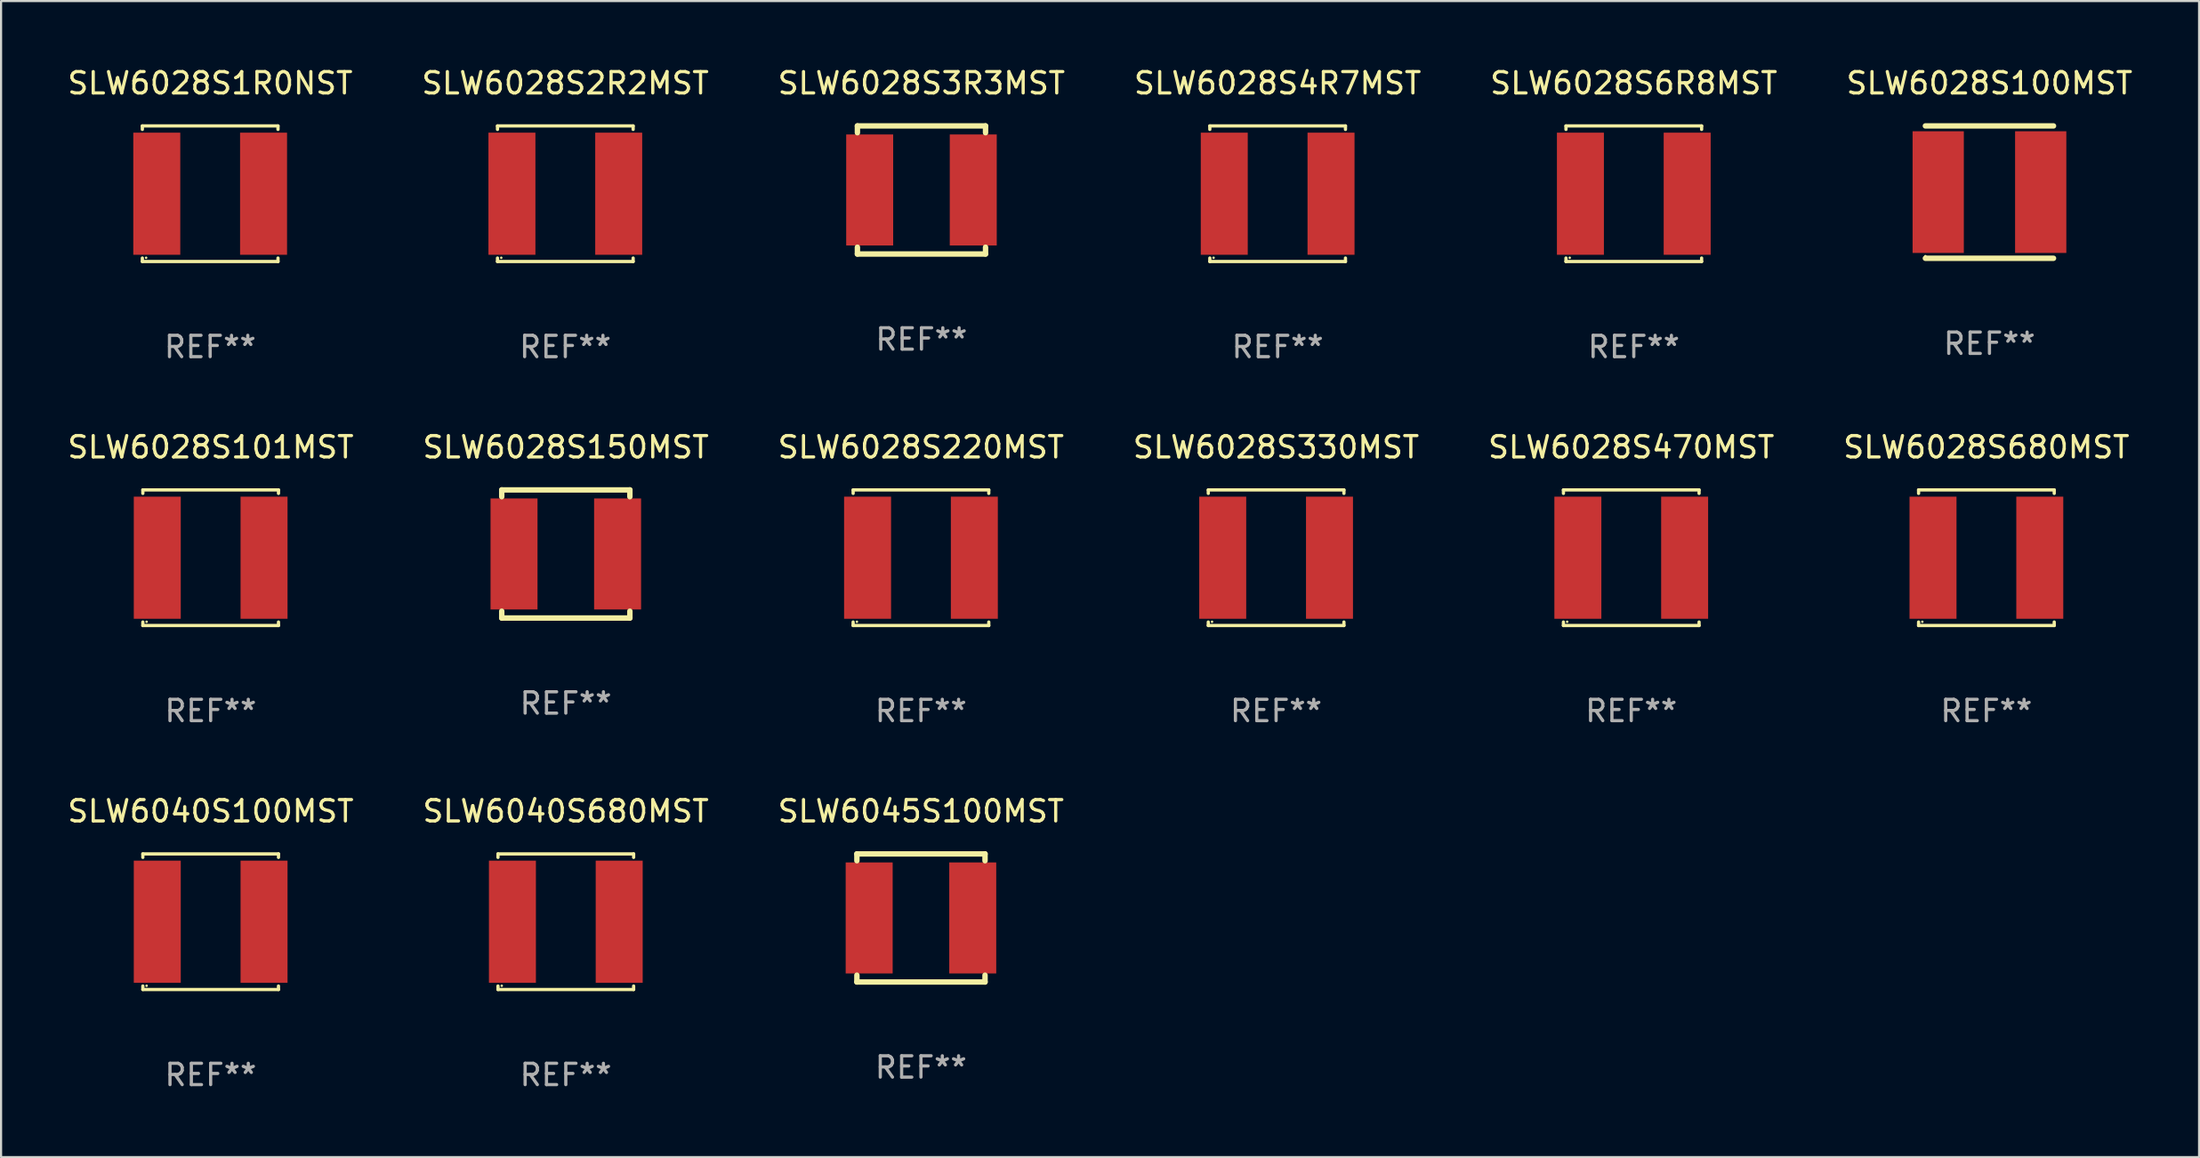
<source format=kicad_pcb>
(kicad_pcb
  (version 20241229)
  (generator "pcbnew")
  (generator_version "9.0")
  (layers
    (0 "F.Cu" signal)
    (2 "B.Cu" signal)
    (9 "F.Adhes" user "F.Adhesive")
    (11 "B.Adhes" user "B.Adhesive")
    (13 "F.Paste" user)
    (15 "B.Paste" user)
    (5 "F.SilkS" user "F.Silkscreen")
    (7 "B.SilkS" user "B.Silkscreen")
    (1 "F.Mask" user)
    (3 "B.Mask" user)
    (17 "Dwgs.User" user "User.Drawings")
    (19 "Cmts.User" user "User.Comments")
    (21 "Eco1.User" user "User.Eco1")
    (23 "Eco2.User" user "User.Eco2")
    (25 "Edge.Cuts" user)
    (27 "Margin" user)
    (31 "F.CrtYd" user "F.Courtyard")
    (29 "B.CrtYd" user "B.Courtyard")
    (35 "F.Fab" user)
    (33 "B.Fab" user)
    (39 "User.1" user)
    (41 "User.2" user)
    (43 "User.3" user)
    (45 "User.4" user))
  (footprint "SLW6028S2R2MST"
    (layer "F.Cu")
    (at 23.423 6.024)
    (property "Reference" "SLW6028S2R2MST" (at 0 -5.176 0) (layer "F.SilkS") (effects (font (size 1 1) (thickness 0.15))))
    (attr through_hole)
    (fp_line (start -3.176 -3.176) (end 3.176 -3.176) (stroke (width 0.152) (type solid)) (layer "F.SilkS"))
    (fp_line (start -3.176 -3.012) (end -3.176 -3.176) (stroke (width 0.152) (type solid)) (layer "F.SilkS"))
    (fp_line (start -3.176 3.012) (end -3.176 3.176) (stroke (width 0.152) (type solid)) (layer "F.SilkS"))
    (fp_line (start -3.176 3.176) (end 3.176 3.176) (stroke (width 0.152) (type solid)) (layer "F.SilkS"))
    (fp_line (start 3.176 -3.176) (end 3.176 -3.012) (stroke (width 0.152) (type solid)) (layer "F.SilkS"))
    (fp_line (start 3.176 3.176) (end 3.176 3.012) (stroke (width 0.152) (type solid)) (layer "F.SilkS"))
    (fp_circle (center -3 3) (end -2.97 3) (stroke (width 0.06) (type solid)) (fill no) (layer "F.SilkS"))
    (fp_text user "REF**" (at 0 7.176 0) (layer "F.Fab") (effects (font (size 1 1) (thickness 0.15))))
    (pad "1" smd rect (at -2.5 0) (size 2.2 5.72) (layers "F.Cu" "F.Mask" "F.Paste"))
    (pad "2" smd rect (at 2.5 0) (size 2.2 5.72) (layers "F.Cu" "F.Mask" "F.Paste")))
  (footprint "SLW6028S1R0NST"
    (layer "F.Cu")
    (at 6.792 6.024)
    (property "Reference" "SLW6028S1R0NST" (at 0 -5.176 0) (layer "F.SilkS") (effects (font (size 1 1) (thickness 0.15))))
    (attr through_hole)
    (fp_line (start -3.176 -3.176) (end 3.176 -3.176) (stroke (width 0.152) (type solid)) (layer "F.SilkS"))
    (fp_line (start -3.176 -3.012) (end -3.176 -3.176) (stroke (width 0.152) (type solid)) (layer "F.SilkS"))
    (fp_line (start -3.176 3.012) (end -3.176 3.176) (stroke (width 0.152) (type solid)) (layer "F.SilkS"))
    (fp_line (start -3.176 3.176) (end 3.176 3.176) (stroke (width 0.152) (type solid)) (layer "F.SilkS"))
    (fp_line (start 3.176 -3.176) (end 3.176 -3.012) (stroke (width 0.152) (type solid)) (layer "F.SilkS"))
    (fp_line (start 3.176 3.176) (end 3.176 3.012) (stroke (width 0.152) (type solid)) (layer "F.SilkS"))
    (fp_circle (center -3 3) (end -2.97 3) (stroke (width 0.06) (type solid)) (fill no) (layer "F.SilkS"))
    (fp_text user "REF**" (at 0 7.176 0) (layer "F.Fab") (effects (font (size 1 1) (thickness 0.15))))
    (pad "1" smd rect (at -2.5 0) (size 2.2 5.72) (layers "F.Cu" "F.Mask" "F.Paste"))
    (pad "2" smd rect (at 2.5 0) (size 2.2 5.72) (layers "F.Cu" "F.Mask" "F.Paste")))
  (footprint "SLW6028S220MST"
    (layer "F.Cu")
    (at 40.077 23.073)
    (property "Reference" "SLW6028S220MST" (at 0 -5.176 0) (layer "F.SilkS") (effects (font (size 1 1) (thickness 0.15))))
    (attr through_hole)
    (fp_line (start -3.176 -3.176) (end 3.176 -3.176) (stroke (width 0.152) (type solid)) (layer "F.SilkS"))
    (fp_line (start -3.176 -3.012) (end -3.176 -3.176) (stroke (width 0.152) (type solid)) (layer "F.SilkS"))
    (fp_line (start -3.176 3.012) (end -3.176 3.176) (stroke (width 0.152) (type solid)) (layer "F.SilkS"))
    (fp_line (start -3.176 3.176) (end 3.176 3.176) (stroke (width 0.152) (type solid)) (layer "F.SilkS"))
    (fp_line (start 3.176 -3.176) (end 3.176 -3.012) (stroke (width 0.152) (type solid)) (layer "F.SilkS"))
    (fp_line (start 3.176 3.176) (end 3.176 3.012) (stroke (width 0.152) (type solid)) (layer "F.SilkS"))
    (fp_circle (center -3 3) (end -2.97 3) (stroke (width 0.06) (type solid)) (fill no) (layer "F.SilkS"))
    (fp_text user "REF**" (at 0 7.176 0) (layer "F.Fab") (effects (font (size 1 1) (thickness 0.15))))
    (pad "1" smd rect (at -2.5 0) (size 2.2 5.72) (layers "F.Cu" "F.Mask" "F.Paste"))
    (pad "2" smd rect (at 2.5 0) (size 2.2 5.72) (layers "F.Cu" "F.Mask" "F.Paste")))
  (footprint "SLW6028S4R7MST"
    (layer "F.Cu")
    (at 56.78 6.024)
    (property "Reference" "SLW6028S4R7MST" (at 0 -5.176 0) (layer "F.SilkS") (effects (font (size 1 1) (thickness 0.15))))
    (attr through_hole)
    (fp_line (start -3.176 -3.176) (end 3.176 -3.176) (stroke (width 0.152) (type solid)) (layer "F.SilkS"))
    (fp_line (start -3.176 -3.012) (end -3.176 -3.176) (stroke (width 0.152) (type solid)) (layer "F.SilkS"))
    (fp_line (start -3.176 3.012) (end -3.176 3.176) (stroke (width 0.152) (type solid)) (layer "F.SilkS"))
    (fp_line (start -3.176 3.176) (end 3.176 3.176) (stroke (width 0.152) (type solid)) (layer "F.SilkS"))
    (fp_line (start 3.176 -3.176) (end 3.176 -3.012) (stroke (width 0.152) (type solid)) (layer "F.SilkS"))
    (fp_line (start 3.176 3.176) (end 3.176 3.012) (stroke (width 0.152) (type solid)) (layer "F.SilkS"))
    (fp_circle (center -3 3) (end -2.97 3) (stroke (width 0.06) (type solid)) (fill no) (layer "F.SilkS"))
    (fp_text user "REF**" (at 0 7.176 0) (layer "F.Fab") (effects (font (size 1 1) (thickness 0.15))))
    (pad "1" smd rect (at -2.5 0) (size 2.2 5.72) (layers "F.Cu" "F.Mask" "F.Paste"))
    (pad "2" smd rect (at 2.5 0) (size 2.2 5.72) (layers "F.Cu" "F.Mask" "F.Paste")))
  (footprint "SLW6040S100MST"
    (layer "F.Cu")
    (at 6.815 40.122)
    (property "Reference" "SLW6040S100MST" (at 0 -5.176 0) (layer "F.SilkS") (effects (font (size 1 1) (thickness 0.15))))
    (attr through_hole)
    (fp_line (start -3.176 -3.176) (end 3.176 -3.176) (stroke (width 0.152) (type solid)) (layer "F.SilkS"))
    (fp_line (start -3.176 -3.012) (end -3.176 -3.176) (stroke (width 0.152) (type solid)) (layer "F.SilkS"))
    (fp_line (start -3.176 3.012) (end -3.176 3.176) (stroke (width 0.152) (type solid)) (layer "F.SilkS"))
    (fp_line (start -3.176 3.176) (end 3.176 3.176) (stroke (width 0.152) (type solid)) (layer "F.SilkS"))
    (fp_line (start 3.176 -3.176) (end 3.176 -3.012) (stroke (width 0.152) (type solid)) (layer "F.SilkS"))
    (fp_line (start 3.176 3.176) (end 3.176 3.012) (stroke (width 0.152) (type solid)) (layer "F.SilkS"))
    (fp_circle (center -3 3) (end -2.97 3) (stroke (width 0.06) (type solid)) (fill no) (layer "F.SilkS"))
    (fp_text user "REF**" (at 0 7.176 0) (layer "F.Fab") (effects (font (size 1 1) (thickness 0.15))))
    (pad "1" smd rect (at -2.5 0) (size 2.2 5.72) (layers "F.Cu" "F.Mask" "F.Paste"))
    (pad "2" smd rect (at 2.5 0) (size 2.2 5.72) (layers "F.Cu" "F.Mask" "F.Paste")))
  (footprint "SLW6028S6R8MST"
    (layer "F.Cu")
    (at 73.458 6.024)
    (property "Reference" "SLW6028S6R8MST" (at 0 -5.176 0) (layer "F.SilkS") (effects (font (size 1 1) (thickness 0.15))))
    (attr through_hole)
    (fp_line (start -3.176 -3.176) (end 3.176 -3.176) (stroke (width 0.152) (type solid)) (layer "F.SilkS"))
    (fp_line (start -3.176 -3.012) (end -3.176 -3.176) (stroke (width 0.152) (type solid)) (layer "F.SilkS"))
    (fp_line (start -3.176 3.012) (end -3.176 3.176) (stroke (width 0.152) (type solid)) (layer "F.SilkS"))
    (fp_line (start -3.176 3.176) (end 3.176 3.176) (stroke (width 0.152) (type solid)) (layer "F.SilkS"))
    (fp_line (start 3.176 -3.176) (end 3.176 -3.012) (stroke (width 0.152) (type solid)) (layer "F.SilkS"))
    (fp_line (start 3.176 3.176) (end 3.176 3.012) (stroke (width 0.152) (type solid)) (layer "F.SilkS"))
    (fp_circle (center -3 3) (end -2.97 3) (stroke (width 0.06) (type solid)) (fill no) (layer "F.SilkS"))
    (fp_text user "REF**" (at 0 7.176 0) (layer "F.Fab") (effects (font (size 1 1) (thickness 0.15))))
    (pad "1" smd rect (at -2.5 0) (size 2.2 5.72) (layers "F.Cu" "F.Mask" "F.Paste"))
    (pad "2" smd rect (at 2.5 0) (size 2.2 5.72) (layers "F.Cu" "F.Mask" "F.Paste")))
  (footprint "SLW6028S3R3MST"
    (layer "F.Cu")
    (at 40.101 5.848)
    (property "Reference" "SLW6028S3R3MST" (at 0 -5 0) (layer "F.SilkS") (effects (font (size 1 1) (thickness 0.15))))
    (attr through_hole)
    (fp_line (start -3 -3) (end -3 -2.681) (stroke (width 0.254) (type solid)) (layer "F.SilkS"))
    (fp_line (start -3 -3) (end 3 -3) (stroke (width 0.254) (type solid)) (layer "F.SilkS"))
    (fp_line (start -3 2.681) (end -3 3) (stroke (width 0.254) (type solid)) (layer "F.SilkS"))
    (fp_line (start -3 3) (end 3 3) (stroke (width 0.254) (type solid)) (layer "F.SilkS"))
    (fp_line (start 3 -2.681) (end 3 -3) (stroke (width 0.254) (type solid)) (layer "F.SilkS"))
    (fp_line (start 3 3) (end 3 2.681) (stroke (width 0.254) (type solid)) (layer "F.SilkS"))
    (fp_circle (center -3 3) (end -2.97 3) (stroke (width 0.06) (type solid)) (fill no) (layer "F.SilkS"))
    (fp_text user "REF**" (at 0 7 0) (layer "F.Fab") (effects (font (size 1 1) (thickness 0.15))))
    (pad "1" smd rect (at -2.425 0) (size 2.2 5.2) (layers "F.Cu" "F.Mask" "F.Paste"))
    (pad "2" smd rect (at 2.425 0) (size 2.2 5.2) (layers "F.Cu" "F.Mask" "F.Paste")))
  (footprint "SLW6028S680MST"
    (layer "F.Cu")
    (at 89.97 23.073)
    (property "Reference" "SLW6028S680MST" (at 0 -5.176 0) (layer "F.SilkS") (effects (font (size 1 1) (thickness 0.15))))
    (attr through_hole)
    (fp_line (start -3.176 -3.176) (end 3.176 -3.176) (stroke (width 0.152) (type solid)) (layer "F.SilkS"))
    (fp_line (start -3.176 -3.012) (end -3.176 -3.176) (stroke (width 0.152) (type solid)) (layer "F.SilkS"))
    (fp_line (start -3.176 3.012) (end -3.176 3.176) (stroke (width 0.152) (type solid)) (layer "F.SilkS"))
    (fp_line (start -3.176 3.176) (end 3.176 3.176) (stroke (width 0.152) (type solid)) (layer "F.SilkS"))
    (fp_line (start 3.176 -3.176) (end 3.176 -3.012) (stroke (width 0.152) (type solid)) (layer "F.SilkS"))
    (fp_line (start 3.176 3.176) (end 3.176 3.012) (stroke (width 0.152) (type solid)) (layer "F.SilkS"))
    (fp_circle (center -3 3) (end -2.97 3) (stroke (width 0.06) (type solid)) (fill no) (layer "F.SilkS"))
    (fp_text user "REF**" (at 0 7.176 0) (layer "F.Fab") (effects (font (size 1 1) (thickness 0.15))))
    (pad "1" smd rect (at -2.5 0) (size 2.2 5.72) (layers "F.Cu" "F.Mask" "F.Paste"))
    (pad "2" smd rect (at 2.5 0) (size 2.2 5.72) (layers "F.Cu" "F.Mask" "F.Paste")))
  (footprint "SLW6028S101MST"
    (layer "F.Cu")
    (at 6.815 23.073)
    (property "Reference" "SLW6028S101MST" (at 0 -5.176 0) (layer "F.SilkS") (effects (font (size 1 1) (thickness 0.15))))
    (attr through_hole)
    (fp_line (start -3.176 -3.176) (end 3.176 -3.176) (stroke (width 0.152) (type solid)) (layer "F.SilkS"))
    (fp_line (start -3.176 -3.012) (end -3.176 -3.176) (stroke (width 0.152) (type solid)) (layer "F.SilkS"))
    (fp_line (start -3.176 3.012) (end -3.176 3.176) (stroke (width 0.152) (type solid)) (layer "F.SilkS"))
    (fp_line (start -3.176 3.176) (end 3.176 3.176) (stroke (width 0.152) (type solid)) (layer "F.SilkS"))
    (fp_line (start 3.176 -3.176) (end 3.176 -3.012) (stroke (width 0.152) (type solid)) (layer "F.SilkS"))
    (fp_line (start 3.176 3.176) (end 3.176 3.012) (stroke (width 0.152) (type solid)) (layer "F.SilkS"))
    (fp_circle (center -3 3) (end -2.97 3) (stroke (width 0.06) (type solid)) (fill no) (layer "F.SilkS"))
    (fp_text user "REF**" (at 0 7.176 0) (layer "F.Fab") (effects (font (size 1 1) (thickness 0.15))))
    (pad "1" smd rect (at -2.5 0) (size 2.2 5.72) (layers "F.Cu" "F.Mask" "F.Paste"))
    (pad "2" smd rect (at 2.5 0) (size 2.2 5.72) (layers "F.Cu" "F.Mask" "F.Paste")))
  (footprint "SLW6040S680MST"
    (layer "F.Cu")
    (at 23.446 40.122)
    (property "Reference" "SLW6040S680MST" (at 0 -5.176 0) (layer "F.SilkS") (effects (font (size 1 1) (thickness 0.15))))
    (attr through_hole)
    (fp_line (start -3.176 -3.176) (end 3.176 -3.176) (stroke (width 0.152) (type solid)) (layer "F.SilkS"))
    (fp_line (start -3.176 -3.012) (end -3.176 -3.176) (stroke (width 0.152) (type solid)) (layer "F.SilkS"))
    (fp_line (start -3.176 3.012) (end -3.176 3.176) (stroke (width 0.152) (type solid)) (layer "F.SilkS"))
    (fp_line (start -3.176 3.176) (end 3.176 3.176) (stroke (width 0.152) (type solid)) (layer "F.SilkS"))
    (fp_line (start 3.176 -3.176) (end 3.176 -3.012) (stroke (width 0.152) (type solid)) (layer "F.SilkS"))
    (fp_line (start 3.176 3.176) (end 3.176 3.012) (stroke (width 0.152) (type solid)) (layer "F.SilkS"))
    (fp_circle (center -3 3) (end -2.97 3) (stroke (width 0.06) (type solid)) (fill no) (layer "F.SilkS"))
    (fp_text user "REF**" (at 0 7.176 0) (layer "F.Fab") (effects (font (size 1 1) (thickness 0.15))))
    (pad "1" smd rect (at -2.5 0) (size 2.2 5.72) (layers "F.Cu" "F.Mask" "F.Paste"))
    (pad "2" smd rect (at 2.5 0) (size 2.2 5.72) (layers "F.Cu" "F.Mask" "F.Paste")))
  (footprint "SLW6045S100MST"
    (layer "F.Cu")
    (at 40.077 39.946)
    (property "Reference" "SLW6045S100MST" (at 0 -5 0) (layer "F.SilkS") (effects (font (size 1 1) (thickness 0.15))))
    (attr through_hole)
    (fp_line (start -3 -3) (end -3 -2.681) (stroke (width 0.254) (type solid)) (layer "F.SilkS"))
    (fp_line (start -3 -3) (end 3 -3) (stroke (width 0.254) (type solid)) (layer "F.SilkS"))
    (fp_line (start -3 2.681) (end -3 3) (stroke (width 0.254) (type solid)) (layer "F.SilkS"))
    (fp_line (start -3 3) (end 3 3) (stroke (width 0.254) (type solid)) (layer "F.SilkS"))
    (fp_line (start 3 -2.681) (end 3 -3) (stroke (width 0.254) (type solid)) (layer "F.SilkS"))
    (fp_line (start 3 3) (end 3 2.681) (stroke (width 0.254) (type solid)) (layer "F.SilkS"))
    (fp_circle (center -3 3) (end -2.97 3) (stroke (width 0.06) (type solid)) (fill no) (layer "F.SilkS"))
    (fp_text user "REF**" (at 0 7 0) (layer "F.Fab") (effects (font (size 1 1) (thickness 0.15))))
    (pad "1" smd rect (at -2.425 0) (size 2.2 5.2) (layers "F.Cu" "F.Mask" "F.Paste"))
    (pad "2" smd rect (at 2.425 0) (size 2.2 5.2) (layers "F.Cu" "F.Mask" "F.Paste")))
  (footprint "SLW6028S330MST"
    (layer "F.Cu")
    (at 56.708 23.073)
    (property "Reference" "SLW6028S330MST" (at 0 -5.176 0) (layer "F.SilkS") (effects (font (size 1 1) (thickness 0.15))))
    (attr through_hole)
    (fp_line (start -3.176 -3.176) (end 3.176 -3.176) (stroke (width 0.152) (type solid)) (layer "F.SilkS"))
    (fp_line (start -3.176 -3.012) (end -3.176 -3.176) (stroke (width 0.152) (type solid)) (layer "F.SilkS"))
    (fp_line (start -3.176 3.012) (end -3.176 3.176) (stroke (width 0.152) (type solid)) (layer "F.SilkS"))
    (fp_line (start -3.176 3.176) (end 3.176 3.176) (stroke (width 0.152) (type solid)) (layer "F.SilkS"))
    (fp_line (start 3.176 -3.176) (end 3.176 -3.012) (stroke (width 0.152) (type solid)) (layer "F.SilkS"))
    (fp_line (start 3.176 3.176) (end 3.176 3.012) (stroke (width 0.152) (type solid)) (layer "F.SilkS"))
    (fp_circle (center -3 3) (end -2.97 3) (stroke (width 0.06) (type solid)) (fill no) (layer "F.SilkS"))
    (fp_text user "REF**" (at 0 7.176 0) (layer "F.Fab") (effects (font (size 1 1) (thickness 0.15))))
    (pad "1" smd rect (at -2.5 0) (size 2.2 5.72) (layers "F.Cu" "F.Mask" "F.Paste"))
    (pad "2" smd rect (at 2.5 0) (size 2.2 5.72) (layers "F.Cu" "F.Mask" "F.Paste")))
  (footprint "SLW6028S470MST"
    (layer "F.Cu")
    (at 73.339 23.073)
    (property "Reference" "SLW6028S470MST" (at 0 -5.176 0) (layer "F.SilkS") (effects (font (size 1 1) (thickness 0.15))))
    (attr through_hole)
    (fp_line (start -3.176 -3.176) (end 3.176 -3.176) (stroke (width 0.152) (type solid)) (layer "F.SilkS"))
    (fp_line (start -3.176 -3.012) (end -3.176 -3.176) (stroke (width 0.152) (type solid)) (layer "F.SilkS"))
    (fp_line (start -3.176 3.012) (end -3.176 3.176) (stroke (width 0.152) (type solid)) (layer "F.SilkS"))
    (fp_line (start -3.176 3.176) (end 3.176 3.176) (stroke (width 0.152) (type solid)) (layer "F.SilkS"))
    (fp_line (start 3.176 -3.176) (end 3.176 -3.012) (stroke (width 0.152) (type solid)) (layer "F.SilkS"))
    (fp_line (start 3.176 3.176) (end 3.176 3.012) (stroke (width 0.152) (type solid)) (layer "F.SilkS"))
    (fp_circle (center -3 3) (end -2.97 3) (stroke (width 0.06) (type solid)) (fill no) (layer "F.SilkS"))
    (fp_text user "REF**" (at 0 7.176 0) (layer "F.Fab") (effects (font (size 1 1) (thickness 0.15))))
    (pad "1" smd rect (at -2.5 0) (size 2.2 5.72) (layers "F.Cu" "F.Mask" "F.Paste"))
    (pad "2" smd rect (at 2.5 0) (size 2.2 5.72) (layers "F.Cu" "F.Mask" "F.Paste")))
  (footprint "SLW6028S100MST"
    (layer "F.Cu")
    (at 90.113 5.948)
    (property "Reference" "SLW6028S100MST" (at 0 -5.1 0) (layer "F.SilkS") (effects (font (size 1 1) (thickness 0.15))))
    (attr through_hole)
    (fp_line (start -3 -3.1) (end 3 -3.1) (stroke (width 0.254) (type solid)) (layer "F.SilkS"))
    (fp_line (start -3 3.1) (end 3 3.1) (stroke (width 0.254) (type solid)) (layer "F.SilkS"))
    (fp_circle (center -3 3) (end -2.97 3) (stroke (width 0.06) (type solid)) (fill no) (layer "F.SilkS"))
    (fp_text user "REF**" (at 0 7.1 0) (layer "F.Fab") (effects (font (size 1 1) (thickness 0.15))))
    (pad "1" smd rect (at -2.4 0) (size 2.4 5.7) (layers "F.Cu" "F.Mask" "F.Paste"))
    (pad "2" smd rect (at 2.4 0) (size 2.4 5.7) (layers "F.Cu" "F.Mask" "F.Paste")))
  (footprint "SLW6028S150MST"
    (layer "F.Cu")
    (at 23.446 22.897)
    (property "Reference" "SLW6028S150MST" (at 0 -5 0) (layer "F.SilkS") (effects (font (size 1 1) (thickness 0.15))))
    (attr through_hole)
    (fp_line (start -3 -3) (end -3 -2.681) (stroke (width 0.254) (type solid)) (layer "F.SilkS"))
    (fp_line (start -3 -3) (end 3 -3) (stroke (width 0.254) (type solid)) (layer "F.SilkS"))
    (fp_line (start -3 2.681) (end -3 3) (stroke (width 0.254) (type solid)) (layer "F.SilkS"))
    (fp_line (start -3 3) (end 3 3) (stroke (width 0.254) (type solid)) (layer "F.SilkS"))
    (fp_line (start 3 -2.681) (end 3 -3) (stroke (width 0.254) (type solid)) (layer "F.SilkS"))
    (fp_line (start 3 3) (end 3 2.681) (stroke (width 0.254) (type solid)) (layer "F.SilkS"))
    (fp_circle (center -3 3) (end -2.97 3) (stroke (width 0.06) (type solid)) (fill no) (layer "F.SilkS"))
    (fp_text user "REF**" (at 0 7 0) (layer "F.Fab") (effects (font (size 1 1) (thickness 0.15))))
    (pad "1" smd rect (at -2.425 0) (size 2.2 5.2) (layers "F.Cu" "F.Mask" "F.Paste"))
    (pad "2" smd rect (at 2.425 0) (size 2.2 5.2) (layers "F.Cu" "F.Mask" "F.Paste")))
  (gr_rect
    (start -3 -3)
    (end 99.929 51.147)
    (stroke (width 0.1) (type default))
    (fill no)
    (layer "Edge.Cuts")))
</source>
